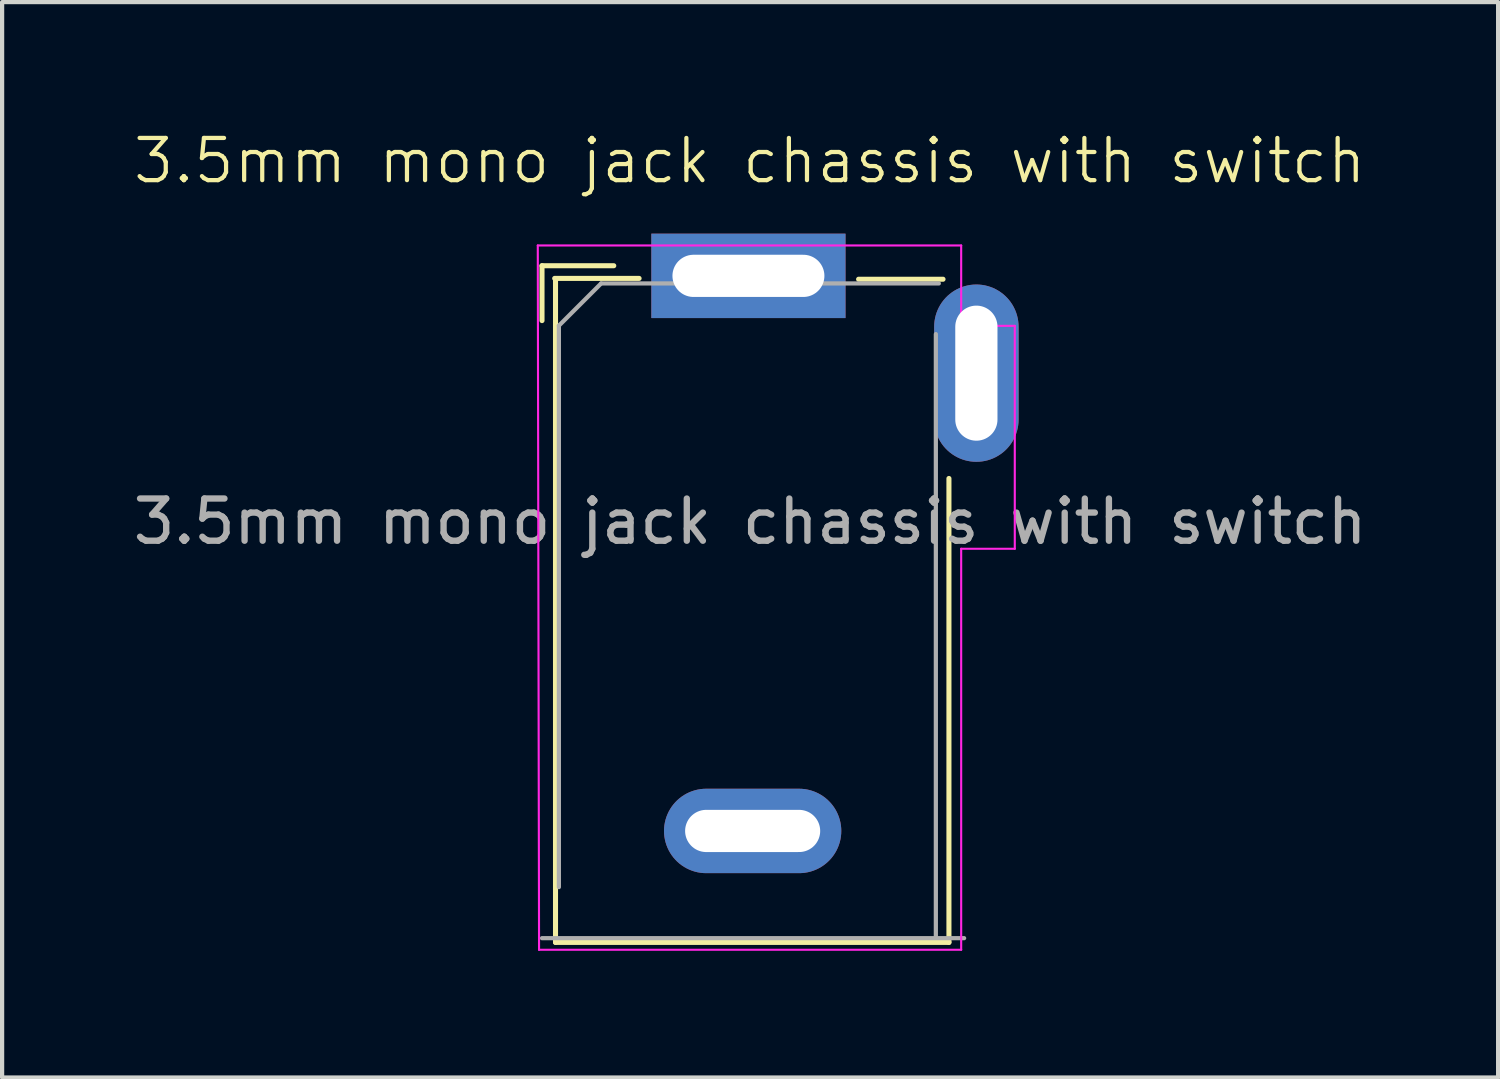
<source format=kicad_pcb>
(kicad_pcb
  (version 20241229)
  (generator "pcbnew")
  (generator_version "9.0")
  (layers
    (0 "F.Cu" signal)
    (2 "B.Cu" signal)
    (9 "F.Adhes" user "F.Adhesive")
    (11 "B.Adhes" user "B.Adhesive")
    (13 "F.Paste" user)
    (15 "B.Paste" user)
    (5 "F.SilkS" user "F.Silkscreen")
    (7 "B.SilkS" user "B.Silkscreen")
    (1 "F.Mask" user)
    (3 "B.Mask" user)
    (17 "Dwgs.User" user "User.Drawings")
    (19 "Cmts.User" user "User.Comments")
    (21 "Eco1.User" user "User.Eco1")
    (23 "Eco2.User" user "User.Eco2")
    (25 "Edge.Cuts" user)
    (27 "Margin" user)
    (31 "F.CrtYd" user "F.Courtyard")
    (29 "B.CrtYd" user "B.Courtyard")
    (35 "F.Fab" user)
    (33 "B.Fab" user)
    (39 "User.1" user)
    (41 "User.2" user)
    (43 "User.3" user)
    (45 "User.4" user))
  (footprint "3.5mm mono jack chassis with switch"
    (layer "F.Cu")
    (at 14.72 3.45)
    (property "Reference" "3.5mm mono jack chassis with switch" (at -0.01 -2.69 0) (unlocked yes) (layer "F.SilkS") (effects (font (size 1 1) (thickness 0.1))))
    (attr through_hole)
    (fp_line (start -4.93 -0.205) (end -4.93 1.095) (stroke (width 0.12) (type solid)) (layer "F.SilkS"))
    (fp_line (start -4.63 0.095) (end -2.63 0.095) (stroke (width 0.12) (type solid)) (layer "F.SilkS"))
    (fp_line (start -4.61 15.825) (end -4.61 0.125) (stroke (width 0.12) (type solid)) (layer "F.SilkS"))
    (fp_line (start -3.23 -0.205) (end -4.93 -0.205) (stroke (width 0.12) (type solid)) (layer "F.SilkS"))
    (fp_line (start 2.57 0.115) (end 4.57 0.115) (stroke (width 0.12) (type solid)) (layer "F.SilkS"))
    (fp_line (start 4.71 4.835) (end 4.71 15.825) (stroke (width 0.12) (type solid)) (layer "F.SilkS"))
    (fp_line (start 4.71 15.825) (end -4.61 15.825) (stroke (width 0.12) (type solid)) (layer "F.SilkS"))
    (fp_line (start -5.03 -0.685) (end -5 16) (stroke (width 0.05) (type solid)) (layer "F.CrtYd"))
    (fp_line (start -5 16) (end 5 16) (stroke (width 0.05) (type solid)) (layer "F.CrtYd"))
    (fp_line (start 5 -0.685) (end -5.03 -0.685) (stroke (width 0.05) (type solid)) (layer "F.CrtYd"))
    (fp_line (start 5 1.22) (end 5 -0.685) (stroke (width 0.05) (type solid)) (layer "F.CrtYd"))
    (fp_line (start 5 16) (end 5 6.5) (stroke (width 0.05) (type solid)) (layer "F.CrtYd"))
    (fp_line (start 6.27 1.22) (end 5 1.22) (stroke (width 0.05) (type solid)) (layer "F.CrtYd"))
    (fp_line (start 6.27 1.22) (end 6.27 6.5) (stroke (width 0.05) (type solid)) (layer "F.CrtYd"))
    (fp_line (start 6.27 6.5) (end 5 6.5) (stroke (width 0.05) (type solid)) (layer "F.CrtYd"))
    (fp_line (start -4.53 1.215) (end -3.53 0.215) (stroke (width 0.1) (type solid)) (layer "F.Fab"))
    (fp_line (start -4.53 14.515) (end -4.53 1.215) (stroke (width 0.1) (type solid)) (layer "F.Fab"))
    (fp_line (start 4.4 1.415) (end 4.4 15.715) (stroke (width 0.1) (type solid)) (layer "F.Fab"))
    (fp_line (start 4.47 0.215) (end -3.53 0.215) (stroke (width 0.1) (type solid)) (layer "F.Fab"))
    (fp_line (start 5.07 15.725) (end -4.93 15.725) (stroke (width 0.1) (type solid)) (layer "F.Fab"))
    (fp_text user "${REFERENCE}" (at 0 5.855 0) (unlocked yes) (layer "F.Fab") (effects (font (size 1 1) (thickness 0.15))))
    (pad "1" thru_hole rect (at -0.04 0.035) (size 4.6 2) (drill oval 3.6 1) (layers "*.Cu" "*.Mask"))
    (pad "2" thru_hole oval (at 0.06 13.185) (size 4.2 2) (drill oval 3.2 1) (layers "*.Cu" "*.Mask"))
    (pad "3" thru_hole oval (at 5.36 2.34) (size 2 4.2) (drill oval 1 3.2) (layers "*.Cu" "*.Mask")))
  (gr_rect
    (start -3 -3)
    (end 32.44 22.476)
    (stroke (width 0.1) (type default))
    (fill no)
    (layer "Edge.Cuts")))
</source>
